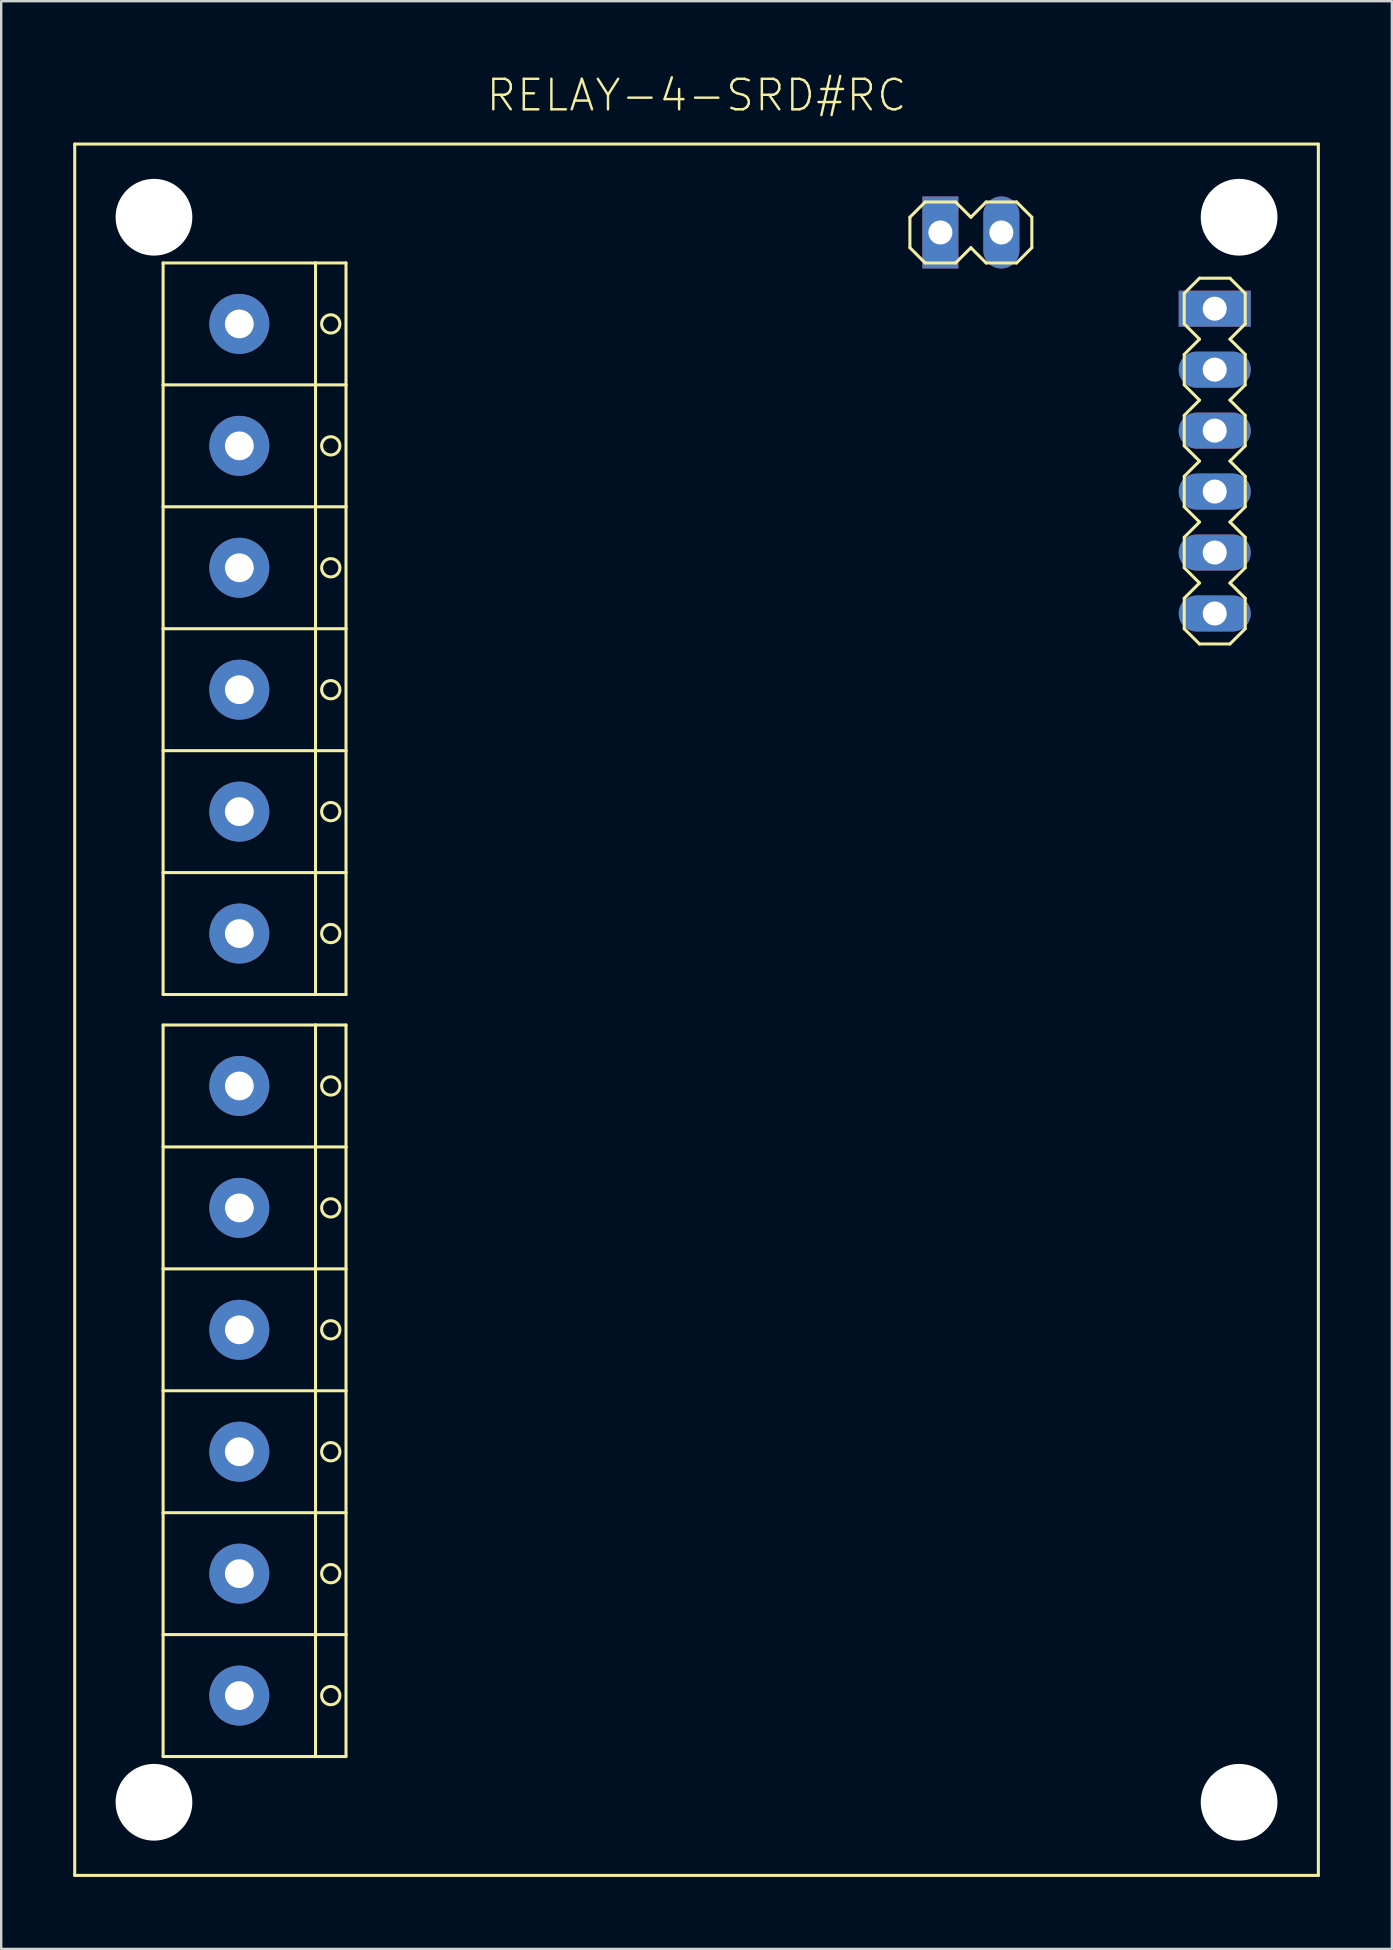
<source format=kicad_pcb>
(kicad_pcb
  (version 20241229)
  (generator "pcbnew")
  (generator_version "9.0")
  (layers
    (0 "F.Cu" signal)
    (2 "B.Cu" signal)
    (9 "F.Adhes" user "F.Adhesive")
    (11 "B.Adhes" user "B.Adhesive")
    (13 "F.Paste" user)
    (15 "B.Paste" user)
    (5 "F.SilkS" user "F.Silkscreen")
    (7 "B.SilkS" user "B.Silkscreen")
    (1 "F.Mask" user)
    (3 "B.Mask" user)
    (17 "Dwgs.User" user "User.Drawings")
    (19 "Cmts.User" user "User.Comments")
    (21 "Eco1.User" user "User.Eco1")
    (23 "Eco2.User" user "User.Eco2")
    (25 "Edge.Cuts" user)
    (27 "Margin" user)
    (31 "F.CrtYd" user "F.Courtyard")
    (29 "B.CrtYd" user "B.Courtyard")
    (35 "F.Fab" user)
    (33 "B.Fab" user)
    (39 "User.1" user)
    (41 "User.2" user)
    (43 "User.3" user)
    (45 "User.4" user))
  (footprint "RELAY-4-SRD#RC"
    (layer "F.Cu")
    (at 27.241 39.021)
    (property "Reference" "RELAY-4-SRD#RC" (at -1.27 -38.1 0) (layer "F.SilkS") (effects (font (size 1.27 1.27) (thickness 0.102))))
    (attr exclude_from_pos_files exclude_from_bom)
    (fp_line (start -27.178 -36.068) (end 24.638 -36.068) (stroke (width 0.127) (type solid)) (layer "F.SilkS"))
    (fp_line (start -27.178 36.068) (end -27.178 -36.068) (stroke (width 0.127) (type solid)) (layer "F.SilkS"))
    (fp_line (start -23.495 -31.115) (end -17.145 -31.115) (stroke (width 0.127) (type solid)) (layer "F.SilkS"))
    (fp_line (start -23.495 -26.035) (end -23.495 -31.115) (stroke (width 0.127) (type solid)) (layer "F.SilkS"))
    (fp_line (start -23.495 -20.955) (end -23.495 -26.035) (stroke (width 0.127) (type solid)) (layer "F.SilkS"))
    (fp_line (start -23.495 -20.955) (end -23.495 -15.875) (stroke (width 0.127) (type solid)) (layer "F.SilkS"))
    (fp_line (start -23.495 -15.875) (end -23.495 -10.795) (stroke (width 0.127) (type solid)) (layer "F.SilkS"))
    (fp_line (start -23.495 -15.875) (end -15.875 -15.875) (stroke (width 0.127) (type solid)) (layer "F.SilkS"))
    (fp_line (start -23.495 -10.795) (end -23.495 -5.715) (stroke (width 0.127) (type solid)) (layer "F.SilkS"))
    (fp_line (start -23.495 -10.795) (end -15.875 -10.795) (stroke (width 0.127) (type solid)) (layer "F.SilkS"))
    (fp_line (start -23.495 -5.715) (end -23.495 -0.635) (stroke (width 0.127) (type solid)) (layer "F.SilkS"))
    (fp_line (start -23.495 -5.715) (end -15.875 -5.715) (stroke (width 0.127) (type solid)) (layer "F.SilkS"))
    (fp_line (start -23.495 -0.635) (end -17.145 -0.635) (stroke (width 0.127) (type solid)) (layer "F.SilkS"))
    (fp_line (start -23.495 0.635) (end -17.145 0.635) (stroke (width 0.127) (type solid)) (layer "F.SilkS"))
    (fp_line (start -23.495 5.715) (end -23.495 0.635) (stroke (width 0.127) (type solid)) (layer "F.SilkS"))
    (fp_line (start -23.495 10.795) (end -23.495 5.715) (stroke (width 0.127) (type solid)) (layer "F.SilkS"))
    (fp_line (start -23.495 10.795) (end -23.495 15.875) (stroke (width 0.127) (type solid)) (layer "F.SilkS"))
    (fp_line (start -23.495 15.875) (end -23.495 20.955) (stroke (width 0.127) (type solid)) (layer "F.SilkS"))
    (fp_line (start -23.495 15.875) (end -15.875 15.875) (stroke (width 0.127) (type solid)) (layer "F.SilkS"))
    (fp_line (start -23.495 20.955) (end -23.495 26.035) (stroke (width 0.127) (type solid)) (layer "F.SilkS"))
    (fp_line (start -23.495 20.955) (end -15.875 20.955) (stroke (width 0.127) (type solid)) (layer "F.SilkS"))
    (fp_line (start -23.495 26.035) (end -23.495 31.115) (stroke (width 0.127) (type solid)) (layer "F.SilkS"))
    (fp_line (start -23.495 26.035) (end -15.875 26.035) (stroke (width 0.127) (type solid)) (layer "F.SilkS"))
    (fp_line (start -23.495 31.115) (end -17.145 31.115) (stroke (width 0.127) (type solid)) (layer "F.SilkS"))
    (fp_line (start -17.145 -31.115) (end -17.145 -0.635) (stroke (width 0.127) (type solid)) (layer "F.SilkS"))
    (fp_line (start -17.145 -31.115) (end -15.875 -31.115) (stroke (width 0.127) (type solid)) (layer "F.SilkS"))
    (fp_line (start -17.145 -0.635) (end -15.875 -0.635) (stroke (width 0.127) (type solid)) (layer "F.SilkS"))
    (fp_line (start -17.145 0.635) (end -17.145 31.115) (stroke (width 0.127) (type solid)) (layer "F.SilkS"))
    (fp_line (start -17.145 0.635) (end -15.875 0.635) (stroke (width 0.127) (type solid)) (layer "F.SilkS"))
    (fp_line (start -17.145 31.115) (end -15.875 31.115) (stroke (width 0.127) (type solid)) (layer "F.SilkS"))
    (fp_line (start -15.875 -31.115) (end -15.875 -26.035) (stroke (width 0.127) (type solid)) (layer "F.SilkS"))
    (fp_line (start -15.875 -26.035) (end -23.495 -26.035) (stroke (width 0.127) (type solid)) (layer "F.SilkS"))
    (fp_line (start -15.875 -26.035) (end -15.875 -20.955) (stroke (width 0.127) (type solid)) (layer "F.SilkS"))
    (fp_line (start -15.875 -20.955) (end -23.495 -20.955) (stroke (width 0.127) (type solid)) (layer "F.SilkS"))
    (fp_line (start -15.875 -15.875) (end -15.875 -20.955) (stroke (width 0.127) (type solid)) (layer "F.SilkS"))
    (fp_line (start -15.875 -10.795) (end -15.875 -15.875) (stroke (width 0.127) (type solid)) (layer "F.SilkS"))
    (fp_line (start -15.875 -5.715) (end -15.875 -10.795) (stroke (width 0.127) (type solid)) (layer "F.SilkS"))
    (fp_line (start -15.875 -0.635) (end -15.875 -5.715) (stroke (width 0.127) (type solid)) (layer "F.SilkS"))
    (fp_line (start -15.875 0.635) (end -15.875 5.715) (stroke (width 0.127) (type solid)) (layer "F.SilkS"))
    (fp_line (start -15.875 5.715) (end -23.495 5.715) (stroke (width 0.127) (type solid)) (layer "F.SilkS"))
    (fp_line (start -15.875 5.715) (end -15.875 10.795) (stroke (width 0.127) (type solid)) (layer "F.SilkS"))
    (fp_line (start -15.875 10.795) (end -23.495 10.795) (stroke (width 0.127) (type solid)) (layer "F.SilkS"))
    (fp_line (start -15.875 15.875) (end -15.875 10.795) (stroke (width 0.127) (type solid)) (layer "F.SilkS"))
    (fp_line (start -15.875 20.955) (end -15.875 15.875) (stroke (width 0.127) (type solid)) (layer "F.SilkS"))
    (fp_line (start -15.875 26.035) (end -15.875 20.955) (stroke (width 0.127) (type solid)) (layer "F.SilkS"))
    (fp_line (start -15.875 31.115) (end -15.875 26.035) (stroke (width 0.127) (type solid)) (layer "F.SilkS"))
    (fp_line (start 7.62 -33.02) (end 8.255 -33.655) (stroke (width 0.127) (type solid)) (layer "F.SilkS"))
    (fp_line (start 7.62 -31.75) (end 7.62 -33.02) (stroke (width 0.127) (type solid)) (layer "F.SilkS"))
    (fp_line (start 8.255 -33.655) (end 9.525 -33.655) (stroke (width 0.127) (type solid)) (layer "F.SilkS"))
    (fp_line (start 8.255 -31.115) (end 7.62 -31.75) (stroke (width 0.127) (type solid)) (layer "F.SilkS"))
    (fp_line (start 9.525 -33.655) (end 10.16 -33.02) (stroke (width 0.127) (type solid)) (layer "F.SilkS"))
    (fp_line (start 9.525 -31.115) (end 8.255 -31.115) (stroke (width 0.127) (type solid)) (layer "F.SilkS"))
    (fp_line (start 10.16 -33.02) (end 10.795 -33.655) (stroke (width 0.127) (type solid)) (layer "F.SilkS"))
    (fp_line (start 10.16 -31.75) (end 9.525 -31.115) (stroke (width 0.127) (type solid)) (layer "F.SilkS"))
    (fp_line (start 10.795 -33.655) (end 12.065 -33.655) (stroke (width 0.127) (type solid)) (layer "F.SilkS"))
    (fp_line (start 10.795 -31.115) (end 10.16 -31.75) (stroke (width 0.127) (type solid)) (layer "F.SilkS"))
    (fp_line (start 12.065 -33.655) (end 12.7 -33.02) (stroke (width 0.127) (type solid)) (layer "F.SilkS"))
    (fp_line (start 12.065 -31.115) (end 10.795 -31.115) (stroke (width 0.127) (type solid)) (layer "F.SilkS"))
    (fp_line (start 12.7 -33.02) (end 12.7 -31.75) (stroke (width 0.127) (type solid)) (layer "F.SilkS"))
    (fp_line (start 12.7 -31.75) (end 12.065 -31.115) (stroke (width 0.127) (type solid)) (layer "F.SilkS"))
    (fp_line (start 19.05 -29.845) (end 19.685 -30.48) (stroke (width 0.127) (type solid)) (layer "F.SilkS"))
    (fp_line (start 19.05 -28.575) (end 19.05 -29.845) (stroke (width 0.127) (type solid)) (layer "F.SilkS"))
    (fp_line (start 19.05 -27.305) (end 19.685 -27.94) (stroke (width 0.127) (type solid)) (layer "F.SilkS"))
    (fp_line (start 19.05 -26.035) (end 19.05 -27.305) (stroke (width 0.127) (type solid)) (layer "F.SilkS"))
    (fp_line (start 19.05 -24.765) (end 19.685 -25.4) (stroke (width 0.127) (type solid)) (layer "F.SilkS"))
    (fp_line (start 19.05 -23.495) (end 19.05 -24.765) (stroke (width 0.127) (type solid)) (layer "F.SilkS"))
    (fp_line (start 19.05 -22.225) (end 19.685 -22.86) (stroke (width 0.127) (type solid)) (layer "F.SilkS"))
    (fp_line (start 19.05 -20.955) (end 19.05 -22.225) (stroke (width 0.127) (type solid)) (layer "F.SilkS"))
    (fp_line (start 19.05 -19.685) (end 19.05 -18.415) (stroke (width 0.127) (type solid)) (layer "F.SilkS"))
    (fp_line (start 19.05 -18.415) (end 19.685 -17.78) (stroke (width 0.127) (type solid)) (layer "F.SilkS"))
    (fp_line (start 19.05 -17.145) (end 19.05 -15.875) (stroke (width 0.127) (type solid)) (layer "F.SilkS"))
    (fp_line (start 19.05 -15.875) (end 19.685 -15.24) (stroke (width 0.127) (type solid)) (layer "F.SilkS"))
    (fp_line (start 19.685 -30.48) (end 20.955 -30.48) (stroke (width 0.127) (type solid)) (layer "F.SilkS"))
    (fp_line (start 19.685 -27.94) (end 19.05 -28.575) (stroke (width 0.127) (type solid)) (layer "F.SilkS"))
    (fp_line (start 19.685 -25.4) (end 19.05 -26.035) (stroke (width 0.127) (type solid)) (layer "F.SilkS"))
    (fp_line (start 19.685 -22.86) (end 19.05 -23.495) (stroke (width 0.127) (type solid)) (layer "F.SilkS"))
    (fp_line (start 19.685 -20.32) (end 19.05 -20.955) (stroke (width 0.127) (type solid)) (layer "F.SilkS"))
    (fp_line (start 19.685 -20.32) (end 19.05 -19.685) (stroke (width 0.127) (type solid)) (layer "F.SilkS"))
    (fp_line (start 19.685 -17.78) (end 19.05 -17.145) (stroke (width 0.127) (type solid)) (layer "F.SilkS"))
    (fp_line (start 19.685 -15.24) (end 20.955 -15.24) (stroke (width 0.127) (type solid)) (layer "F.SilkS"))
    (fp_line (start 20.955 -30.48) (end 21.59 -29.845) (stroke (width 0.127) (type solid)) (layer "F.SilkS"))
    (fp_line (start 20.955 -27.94) (end 21.59 -27.305) (stroke (width 0.127) (type solid)) (layer "F.SilkS"))
    (fp_line (start 20.955 -25.4) (end 21.59 -24.765) (stroke (width 0.127) (type solid)) (layer "F.SilkS"))
    (fp_line (start 20.955 -22.86) (end 21.59 -22.225) (stroke (width 0.127) (type solid)) (layer "F.SilkS"))
    (fp_line (start 20.955 -17.78) (end 21.59 -18.415) (stroke (width 0.127) (type solid)) (layer "F.SilkS"))
    (fp_line (start 20.955 -15.24) (end 21.59 -15.875) (stroke (width 0.127) (type solid)) (layer "F.SilkS"))
    (fp_line (start 21.59 -29.845) (end 21.59 -28.575) (stroke (width 0.127) (type solid)) (layer "F.SilkS"))
    (fp_line (start 21.59 -28.575) (end 20.955 -27.94) (stroke (width 0.127) (type solid)) (layer "F.SilkS"))
    (fp_line (start 21.59 -27.305) (end 21.59 -26.035) (stroke (width 0.127) (type solid)) (layer "F.SilkS"))
    (fp_line (start 21.59 -26.035) (end 20.955 -25.4) (stroke (width 0.127) (type solid)) (layer "F.SilkS"))
    (fp_line (start 21.59 -24.765) (end 21.59 -23.495) (stroke (width 0.127) (type solid)) (layer "F.SilkS"))
    (fp_line (start 21.59 -23.495) (end 20.955 -22.86) (stroke (width 0.127) (type solid)) (layer "F.SilkS"))
    (fp_line (start 21.59 -22.225) (end 21.59 -20.955) (stroke (width 0.127) (type solid)) (layer "F.SilkS"))
    (fp_line (start 21.59 -20.955) (end 20.955 -20.32) (stroke (width 0.127) (type solid)) (layer "F.SilkS"))
    (fp_line (start 21.59 -19.685) (end 20.955 -20.32) (stroke (width 0.127) (type solid)) (layer "F.SilkS"))
    (fp_line (start 21.59 -18.415) (end 21.59 -19.685) (stroke (width 0.127) (type solid)) (layer "F.SilkS"))
    (fp_line (start 21.59 -17.145) (end 20.955 -17.78) (stroke (width 0.127) (type solid)) (layer "F.SilkS"))
    (fp_line (start 21.59 -15.875) (end 21.59 -17.145) (stroke (width 0.127) (type solid)) (layer "F.SilkS"))
    (fp_line (start 24.638 -36.068) (end 24.638 36.068) (stroke (width 0.127) (type solid)) (layer "F.SilkS"))
    (fp_line (start 24.638 36.068) (end -27.178 36.068) (stroke (width 0.127) (type solid)) (layer "F.SilkS"))
    (fp_circle (center -16.51 -28.575) (end -16.51 -28.956) (stroke (width 0.127) (type solid)) (fill no) (layer "F.SilkS"))
    (fp_circle (center -16.51 -23.495) (end -16.51 -23.876) (stroke (width 0.127) (type solid)) (fill no) (layer "F.SilkS"))
    (fp_circle (center -16.51 -18.415) (end -16.51 -18.796) (stroke (width 0.127) (type solid)) (fill no) (layer "F.SilkS"))
    (fp_circle (center -16.51 -13.335) (end -16.51 -13.716) (stroke (width 0.127) (type solid)) (fill no) (layer "F.SilkS"))
    (fp_circle (center -16.51 -8.255) (end -16.51 -8.636) (stroke (width 0.127) (type solid)) (fill no) (layer "F.SilkS"))
    (fp_circle (center -16.51 -3.175) (end -16.51 -3.556) (stroke (width 0.127) (type solid)) (fill no) (layer "F.SilkS"))
    (fp_circle (center -16.51 3.175) (end -16.51 2.794) (stroke (width 0.127) (type solid)) (fill no) (layer "F.SilkS"))
    (fp_circle (center -16.51 8.255) (end -16.51 7.874) (stroke (width 0.127) (type solid)) (fill no) (layer "F.SilkS"))
    (fp_circle (center -16.51 13.335) (end -16.51 12.954) (stroke (width 0.127) (type solid)) (fill no) (layer "F.SilkS"))
    (fp_circle (center -16.51 18.415) (end -16.51 18.034) (stroke (width 0.127) (type solid)) (fill no) (layer "F.SilkS"))
    (fp_circle (center -16.51 23.495) (end -16.51 23.114) (stroke (width 0.127) (type solid)) (fill no) (layer "F.SilkS"))
    (fp_circle (center -16.51 28.575) (end -16.51 28.194) (stroke (width 0.127) (type solid)) (fill no) (layer "F.SilkS"))
    (pad "" np_thru_hole circle (at -23.876 -33.02) (size 3.198 3.198) (drill 3.198) (layers "*.Cu" "*.Mask"))
    (pad "" np_thru_hole circle (at -23.876 33.02) (size 3.198 3.198) (drill 3.198) (layers "*.Cu" "*.Mask"))
    (pad "" np_thru_hole circle (at 21.336 -33.02) (size 3.198 3.198) (drill 3.198) (layers "*.Cu" "*.Mask"))
    (pad "" np_thru_hole circle (at 21.336 33.02) (size 3.198 3.198) (drill 3.198) (layers "*.Cu" "*.Mask"))
    (pad "J1.1" thru_hole rect (at 20.32 -29.21) (size 3 1.5) (drill 1) (layers "*.Cu" "*.Paste" "*.Mask"))
    (pad "J1.2" thru_hole oval (at 20.32 -26.67) (size 3 1.5) (drill 1) (layers "*.Cu" "*.Paste" "*.Mask"))
    (pad "J1.3" thru_hole oval (at 20.32 -24.13) (size 3 1.5) (drill 1) (layers "*.Cu" "*.Paste" "*.Mask"))
    (pad "J1.4" thru_hole oval (at 20.32 -21.59) (size 3 1.5) (drill 1) (layers "*.Cu" "*.Paste" "*.Mask"))
    (pad "J1.5" thru_hole oval (at 20.32 -19.05) (size 3 1.5) (drill 1) (layers "*.Cu" "*.Paste" "*.Mask"))
    (pad "J1.6" thru_hole oval (at 20.32 -16.51) (size 3 1.5) (drill 1) (layers "*.Cu" "*.Paste" "*.Mask"))
    (pad "J2.1" thru_hole rect (at 8.89 -32.385 90) (size 3 1.5) (drill 1) (layers "*.Cu" "*.Paste" "*.Mask"))
    (pad "J2.2" thru_hole oval (at 11.43 -32.385 90) (size 3 1.5) (drill 1) (layers "*.Cu" "*.Paste" "*.Mask"))
    (pad "P1.1" thru_hole circle (at -20.32 -28.575) (size 2.499 2.499) (drill 1.199) (layers "*.Cu" "*.Paste" "*.Mask"))
    (pad "P1.2" thru_hole circle (at -20.32 -23.495) (size 2.499 2.499) (drill 1.199) (layers "*.Cu" "*.Paste" "*.Mask"))
    (pad "P1.3" thru_hole circle (at -20.32 -18.415) (size 2.499 2.499) (drill 1.199) (layers "*.Cu" "*.Paste" "*.Mask"))
    (pad "P1.4" thru_hole circle (at -20.32 -13.335) (size 2.499 2.499) (drill 1.199) (layers "*.Cu" "*.Paste" "*.Mask"))
    (pad "P1.5" thru_hole circle (at -20.32 -8.255) (size 2.499 2.499) (drill 1.199) (layers "*.Cu" "*.Paste" "*.Mask"))
    (pad "P1.6" thru_hole circle (at -20.32 -3.175) (size 2.499 2.499) (drill 1.199) (layers "*.Cu" "*.Paste" "*.Mask"))
    (pad "P2.1" thru_hole circle (at -20.32 3.175) (size 2.499 2.499) (drill 1.199) (layers "*.Cu" "*.Paste" "*.Mask"))
    (pad "P2.2" thru_hole circle (at -20.32 8.255) (size 2.499 2.499) (drill 1.199) (layers "*.Cu" "*.Paste" "*.Mask"))
    (pad "P2.3" thru_hole circle (at -20.32 13.335) (size 2.499 2.499) (drill 1.199) (layers "*.Cu" "*.Paste" "*.Mask"))
    (pad "P2.4" thru_hole circle (at -20.32 18.415) (size 2.499 2.499) (drill 1.199) (layers "*.Cu" "*.Paste" "*.Mask"))
    (pad "P2.5" thru_hole circle (at -20.32 23.495) (size 2.499 2.499) (drill 1.199) (layers "*.Cu" "*.Paste" "*.Mask"))
    (pad "P2.6" thru_hole circle (at -20.32 28.575) (size 2.499 2.499) (drill 1.199) (layers "*.Cu" "*.Paste" "*.Mask")))
  (gr_rect
    (start -3 -3)
    (end 54.943 78.153)
    (stroke (width 0.1) (type default))
    (fill no)
    (layer "Edge.Cuts")))
</source>
